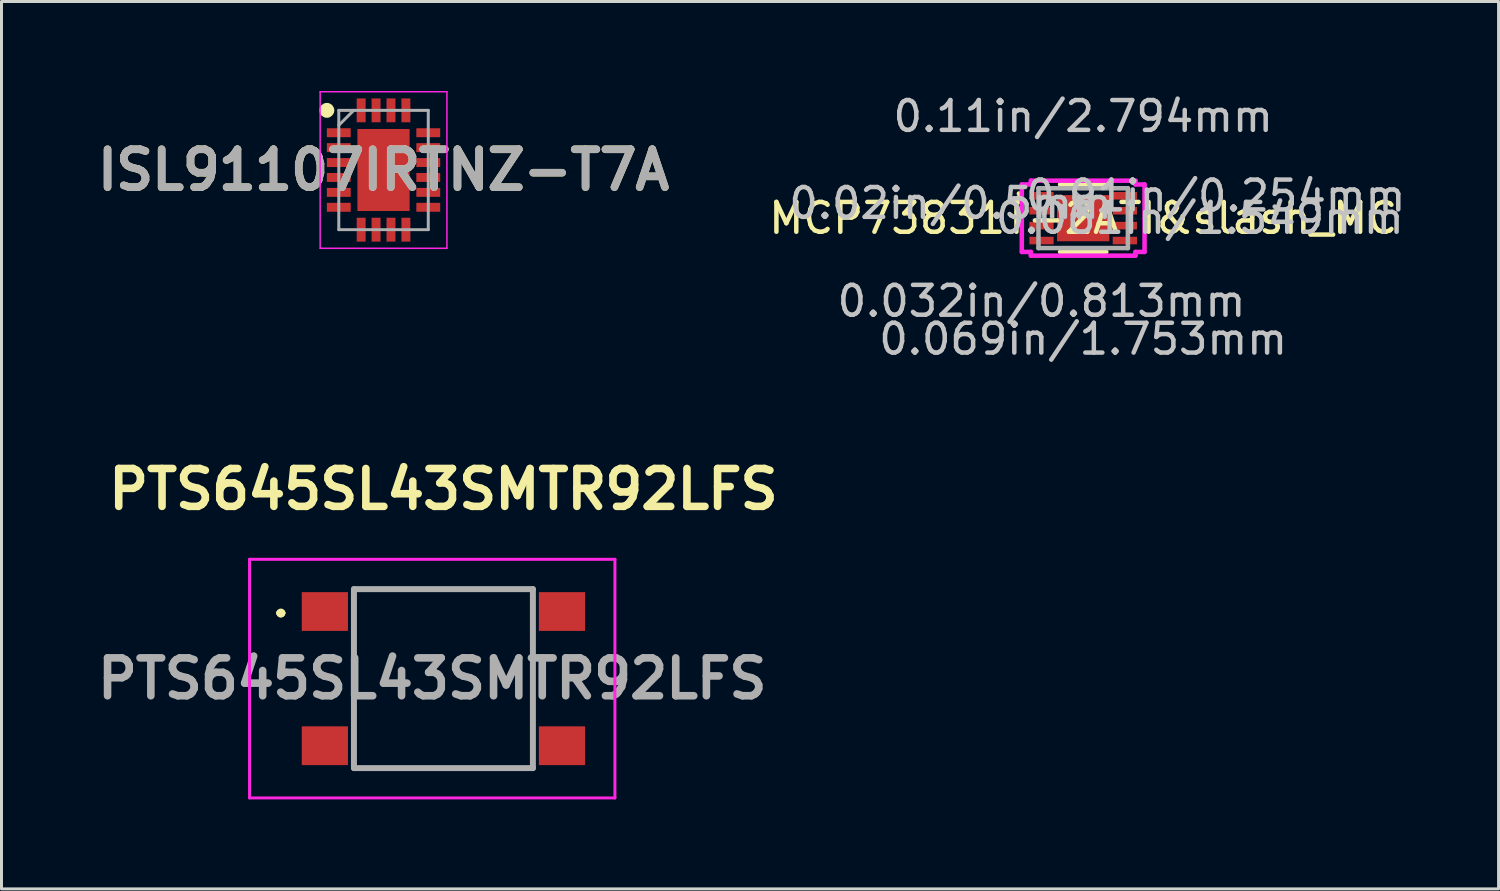
<source format=kicad_pcb>
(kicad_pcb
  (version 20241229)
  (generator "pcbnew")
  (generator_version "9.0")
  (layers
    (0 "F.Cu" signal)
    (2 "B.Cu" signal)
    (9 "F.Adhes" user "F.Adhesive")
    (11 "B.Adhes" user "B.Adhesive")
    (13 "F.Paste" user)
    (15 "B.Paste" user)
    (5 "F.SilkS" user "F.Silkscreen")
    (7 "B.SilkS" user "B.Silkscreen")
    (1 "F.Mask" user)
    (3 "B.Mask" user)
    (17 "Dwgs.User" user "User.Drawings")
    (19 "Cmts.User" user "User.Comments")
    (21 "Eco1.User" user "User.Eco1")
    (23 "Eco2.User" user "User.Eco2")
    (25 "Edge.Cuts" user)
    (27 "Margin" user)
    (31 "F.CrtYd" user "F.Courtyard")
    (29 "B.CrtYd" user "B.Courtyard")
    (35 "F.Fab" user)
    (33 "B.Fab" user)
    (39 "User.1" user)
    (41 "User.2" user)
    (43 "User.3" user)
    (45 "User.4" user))
  (footprint "ISL91107IRTNZ-T7A"
    (layer "F.Cu")
    (at 9.809 2.65)
    (property "Reference" "ISL91107IRTNZ-T7A" (at 0 0 0) (layer "F.SilkS") (effects (font (size 1.27 1.27) (thickness 0.254))))
    (attr smd)
    (fp_circle (center -1.9 -2) (end -1.9 -1.875) (stroke (width 0.25) (type solid)) (fill no) (layer "F.SilkS"))
    (fp_line (start -2.125 -2.625) (end 2.125 -2.625) (stroke (width 0.05) (type solid)) (layer "F.CrtYd"))
    (fp_line (start -2.125 2.625) (end -2.125 -2.625) (stroke (width 0.05) (type solid)) (layer "F.CrtYd"))
    (fp_line (start 2.125 -2.625) (end 2.125 2.625) (stroke (width 0.05) (type solid)) (layer "F.CrtYd"))
    (fp_line (start 2.125 2.625) (end -2.125 2.625) (stroke (width 0.05) (type solid)) (layer "F.CrtYd"))
    (fp_line (start -1.5 -2) (end 1.5 -2) (stroke (width 0.1) (type solid)) (layer "F.Fab"))
    (fp_line (start -1.5 -1.5) (end -1 -2) (stroke (width 0.1) (type solid)) (layer "F.Fab"))
    (fp_line (start -1.5 2) (end -1.5 -2) (stroke (width 0.1) (type solid)) (layer "F.Fab"))
    (fp_line (start 1.5 -2) (end 1.5 2) (stroke (width 0.1) (type solid)) (layer "F.Fab"))
    (fp_line (start 1.5 2) (end -1.5 2) (stroke (width 0.1) (type solid)) (layer "F.Fab"))
    (fp_text user "${REFERENCE}" (at 0 0 0) (layer "F.Fab") (effects (font (size 1.27 1.27) (thickness 0.254))))
    (pad "1" smd rect (at -1.5 -1.25 90) (size 0.3 0.8) (layers "F.Cu" "F.Mask" "F.Paste"))
    (pad "2" smd rect (at -1.5 -0.75 90) (size 0.3 0.8) (layers "F.Cu" "F.Mask" "F.Paste"))
    (pad "3" smd rect (at -1.5 -0.25 90) (size 0.3 0.8) (layers "F.Cu" "F.Mask" "F.Paste"))
    (pad "4" smd rect (at -1.5 0.25 90) (size 0.3 0.8) (layers "F.Cu" "F.Mask" "F.Paste"))
    (pad "5" smd rect (at -1.5 0.75 90) (size 0.3 0.8) (layers "F.Cu" "F.Mask" "F.Paste"))
    (pad "6" smd rect (at -1.5 1.25 90) (size 0.3 0.8) (layers "F.Cu" "F.Mask" "F.Paste"))
    (pad "7" smd rect (at -0.75 2) (size 0.3 0.8) (layers "F.Cu" "F.Mask" "F.Paste"))
    (pad "8" smd rect (at -0.25 2) (size 0.3 0.8) (layers "F.Cu" "F.Mask" "F.Paste"))
    (pad "9" smd rect (at 0.25 2) (size 0.3 0.8) (layers "F.Cu" "F.Mask" "F.Paste"))
    (pad "10" smd rect (at 0.75 2) (size 0.3 0.8) (layers "F.Cu" "F.Mask" "F.Paste"))
    (pad "11" smd rect (at 1.5 1.25 90) (size 0.3 0.8) (layers "F.Cu" "F.Mask" "F.Paste"))
    (pad "12" smd rect (at 1.5 0.75 90) (size 0.3 0.8) (layers "F.Cu" "F.Mask" "F.Paste"))
    (pad "13" smd rect (at 1.5 0.25 90) (size 0.3 0.8) (layers "F.Cu" "F.Mask" "F.Paste"))
    (pad "14" smd rect (at 1.5 -0.25 90) (size 0.3 0.8) (layers "F.Cu" "F.Mask" "F.Paste"))
    (pad "15" smd rect (at 1.5 -0.75 90) (size 0.3 0.8) (layers "F.Cu" "F.Mask" "F.Paste"))
    (pad "16" smd rect (at 1.5 -1.25 90) (size 0.3 0.8) (layers "F.Cu" "F.Mask" "F.Paste"))
    (pad "17" smd rect (at 0.75 -2) (size 0.3 0.8) (layers "F.Cu" "F.Mask" "F.Paste"))
    (pad "18" smd rect (at 0.25 -2) (size 0.3 0.8) (layers "F.Cu" "F.Mask" "F.Paste"))
    (pad "19" smd rect (at -0.25 -2) (size 0.3 0.8) (layers "F.Cu" "F.Mask" "F.Paste"))
    (pad "20" smd rect (at -0.75 -2) (size 0.3 0.8) (layers "F.Cu" "F.Mask" "F.Paste"))
    (pad "21" smd rect (at 0 0) (size 1.75 2.75) (layers "F.Cu" "F.Mask" "F.Paste")))
  (footprint "MCP73831T-2ATI&slash_MC"
    (layer "F.Cu")
    (at 33.267 4.265)
    (property "Reference" "MCP73831T-2ATI&slash_MC" (at 0 0 0) (layer "F.SilkS") (effects (font (size 1 1) (thickness 0.15))))
    (attr through_hole)
    (fp_line (start -0.775 1.13) (end 0.775 1.13) (stroke (width 0.152) (type solid)) (layer "F.SilkS"))
    (fp_line (start 0.775 -1.13) (end -0.775 -1.13) (stroke (width 0.152) (type solid)) (layer "F.SilkS"))
    (fp_arc (start -2.155 -0.8262) (mid -2.081171 -0.73114) (end -2.191546 -0.683136) (stroke (width 0.1524) (type solid)) (layer "F.SilkS"))
    (fp_line (start -2.057 -1.131) (end -1.753 -1.131) (stroke (width 0.152) (type solid)) (layer "F.CrtYd"))
    (fp_line (start -2.057 1.131) (end -2.057 -1.131) (stroke (width 0.152) (type solid)) (layer "F.CrtYd"))
    (fp_line (start -1.753 -1.257) (end 1.753 -1.257) (stroke (width 0.152) (type solid)) (layer "F.CrtYd"))
    (fp_line (start -1.753 -1.131) (end -1.753 -1.257) (stroke (width 0.152) (type solid)) (layer "F.CrtYd"))
    (fp_line (start -1.753 1.131) (end -2.057 1.131) (stroke (width 0.152) (type solid)) (layer "F.CrtYd"))
    (fp_line (start -1.753 1.257) (end -1.753 1.131) (stroke (width 0.152) (type solid)) (layer "F.CrtYd"))
    (fp_line (start 1.753 -1.257) (end 1.753 -1.131) (stroke (width 0.152) (type solid)) (layer "F.CrtYd"))
    (fp_line (start 1.753 -1.131) (end 2.057 -1.131) (stroke (width 0.152) (type solid)) (layer "F.CrtYd"))
    (fp_line (start 1.753 1.131) (end 1.753 1.257) (stroke (width 0.152) (type solid)) (layer "F.CrtYd"))
    (fp_line (start 1.753 1.257) (end -1.753 1.257) (stroke (width 0.152) (type solid)) (layer "F.CrtYd"))
    (fp_line (start 2.057 -1.131) (end 2.057 1.131) (stroke (width 0.152) (type solid)) (layer "F.CrtYd"))
    (fp_line (start 2.057 1.131) (end 1.753 1.131) (stroke (width 0.152) (type solid)) (layer "F.CrtYd"))
    (fp_line (start -1.499 -1.003) (end -1.499 1.003) (stroke (width 0.152) (type solid)) (layer "F.Fab"))
    (fp_line (start -1.499 1.003) (end 1.499 1.003) (stroke (width 0.152) (type solid)) (layer "F.Fab"))
    (fp_line (start 1.499 -1.003) (end -1.499 -1.003) (stroke (width 0.152) (type solid)) (layer "F.Fab"))
    (fp_line (start 1.499 1.003) (end 1.499 -1.003) (stroke (width 0.152) (type solid)) (layer "F.Fab"))
    (fp_arc (start 0.3048 -1.0033) (mid 0 -0.6985) (end -0.3048 -1.0033) (stroke (width 0.1524) (type solid)) (layer "F.Fab"))
    (fp_text user "*" (at 0 0 0) (layer "F.SilkS") (effects (font (size 1 1) (thickness 0.15))))
    (fp_text user "0.11in/2.794mm" (at 0 -3.416 0) (layer "Dwgs.User") (effects (font (size 1 1) (thickness 0.15))))
    (fp_text user "0.061in/1.549mm" (at 3.912 0 0) (layer "Dwgs.User") (effects (font (size 1 1) (thickness 0.15))))
    (fp_text user "0.032in/0.813mm" (at -1.397 2.781 0) (layer "Dwgs.User") (effects (font (size 1 1) (thickness 0.15))))
    (fp_text user "0.02in/0.5mm" (at -4.445 -0.5 0) (layer "Dwgs.User") (effects (font (size 1 1) (thickness 0.15))))
    (fp_text user "0.01in/0.254mm" (at 4.445 -0.75 0) (layer "Dwgs.User") (effects (font (size 1 1) (thickness 0.15))))
    (fp_text user "0.069in/1.753mm" (at 0 4.051 0) (layer "Dwgs.User") (effects (font (size 1 1) (thickness 0.15))))
    (fp_text user "Copyright 2016 Accelerated Designs. All rights reserved." (at 0 0 0) (layer "Cmts.User") (effects (font (size 0.127 0.127) (thickness 0.002))))
    (fp_text user "*" (at 0 0 0) (layer "F.Fab") (effects (font (size 1 1) (thickness 0.15))))
    (pad "1" smd rect (at -1.397 -0.75) (size 0.813 0.254) (layers "F.Cu" "F.Mask" "F.Paste"))
    (pad "2" smd rect (at -1.397 -0.25) (size 0.813 0.254) (layers "F.Cu" "F.Mask" "F.Paste"))
    (pad "3" smd rect (at -1.397 0.25) (size 0.813 0.254) (layers "F.Cu" "F.Mask" "F.Paste"))
    (pad "4" smd rect (at -1.397 0.75) (size 0.813 0.254) (layers "F.Cu" "F.Mask" "F.Paste"))
    (pad "5" smd rect (at 1.397 0.75) (size 0.813 0.254) (layers "F.Cu" "F.Mask" "F.Paste"))
    (pad "6" smd rect (at 1.397 0.25) (size 0.813 0.254) (layers "F.Cu" "F.Mask" "F.Paste"))
    (pad "7" smd rect (at 1.397 -0.25) (size 0.813 0.254) (layers "F.Cu" "F.Mask" "F.Paste"))
    (pad "8" smd rect (at 1.397 -0.75) (size 0.813 0.254) (layers "F.Cu" "F.Mask" "F.Paste"))
    (pad "9" smd rect (at 0 0) (size 1.753 1.549) (layers "F.Cu" "F.Mask" "F.Paste")))
  (footprint "PTS645SL43SMTR92LFS"
    (layer "F.Cu")
    (at 11.817 19.703)
    (property "Reference" "PTS645SL43SMTR92LFS" (at 0 -6.35 0) (layer "F.SilkS") (effects (font (size 1.27 1.27) (thickness 0.254))))
    (attr smd)
    (fp_line (start -5.5 -2.2) (end -5.5 -2.2) (stroke (width 0.2) (type solid)) (layer "F.SilkS"))
    (fp_line (start -5.5 -2.2) (end -5.5 -2.2) (stroke (width 0.2) (type solid)) (layer "F.SilkS"))
    (fp_line (start -5.4 -2.2) (end -5.4 -2.2) (stroke (width 0.2) (type solid)) (layer "F.SilkS"))
    (fp_line (start -3 -3) (end 3 -3) (stroke (width 0.1) (type solid)) (layer "F.SilkS"))
    (fp_line (start -3 3) (end -3 -3) (stroke (width 0.1) (type solid)) (layer "F.SilkS"))
    (fp_line (start 3 -3) (end 3 3) (stroke (width 0.1) (type solid)) (layer "F.SilkS"))
    (fp_line (start 3 3) (end -3 3) (stroke (width 0.1) (type solid)) (layer "F.SilkS"))
    (fp_arc (start -5.5 -2.2) (mid -5.45 -2.25) (end -5.4 -2.2) (stroke (width 0.2) (type solid)) (layer "F.SilkS"))
    (fp_arc (start -5.4 -2.2) (mid -5.45 -2.15) (end -5.5 -2.2) (stroke (width 0.2) (type solid)) (layer "F.SilkS"))
    (fp_arc (start -5.4 -2.2) (mid -5.45 -2.15) (end -5.5 -2.2) (stroke (width 0.2) (type solid)) (layer "F.SilkS"))
    (fp_line (start -6.5 -4) (end 5.75 -4) (stroke (width 0.1) (type solid)) (layer "F.CrtYd"))
    (fp_line (start -6.5 4) (end -6.5 -4) (stroke (width 0.1) (type solid)) (layer "F.CrtYd"))
    (fp_line (start 5.75 -4) (end 5.75 4) (stroke (width 0.1) (type solid)) (layer "F.CrtYd"))
    (fp_line (start 5.75 4) (end -6.5 4) (stroke (width 0.1) (type solid)) (layer "F.CrtYd"))
    (fp_line (start -3 -3) (end -3 3) (stroke (width 0.2) (type solid)) (layer "F.Fab"))
    (fp_line (start -3 3) (end 3 3) (stroke (width 0.2) (type solid)) (layer "F.Fab"))
    (fp_line (start 3 -3) (end -3 -3) (stroke (width 0.2) (type solid)) (layer "F.Fab"))
    (fp_line (start 3 3) (end 3 -3) (stroke (width 0.2) (type solid)) (layer "F.Fab"))
    (fp_text user "${REFERENCE}" (at -0.375 0 0) (layer "F.Fab") (effects (font (size 1.27 1.27) (thickness 0.254))))
    (pad "1" smd rect (at -3.975 -2.25 90) (size 1.3 1.55) (layers "F.Cu" "F.Mask" "F.Paste"))
    (pad "2" smd rect (at 3.975 -2.25 90) (size 1.3 1.55) (layers "F.Cu" "F.Mask" "F.Paste"))
    (pad "3" smd rect (at -3.975 2.25 90) (size 1.3 1.55) (layers "F.Cu" "F.Mask" "F.Paste"))
    (pad "4" smd rect (at 3.975 2.25 90) (size 1.3 1.55) (layers "F.Cu" "F.Mask" "F.Paste")))
  (gr_rect
    (start -3 -3)
    (end 47.194 26.753)
    (stroke (width 0.1) (type default))
    (fill no)
    (layer "Edge.Cuts")))
</source>
